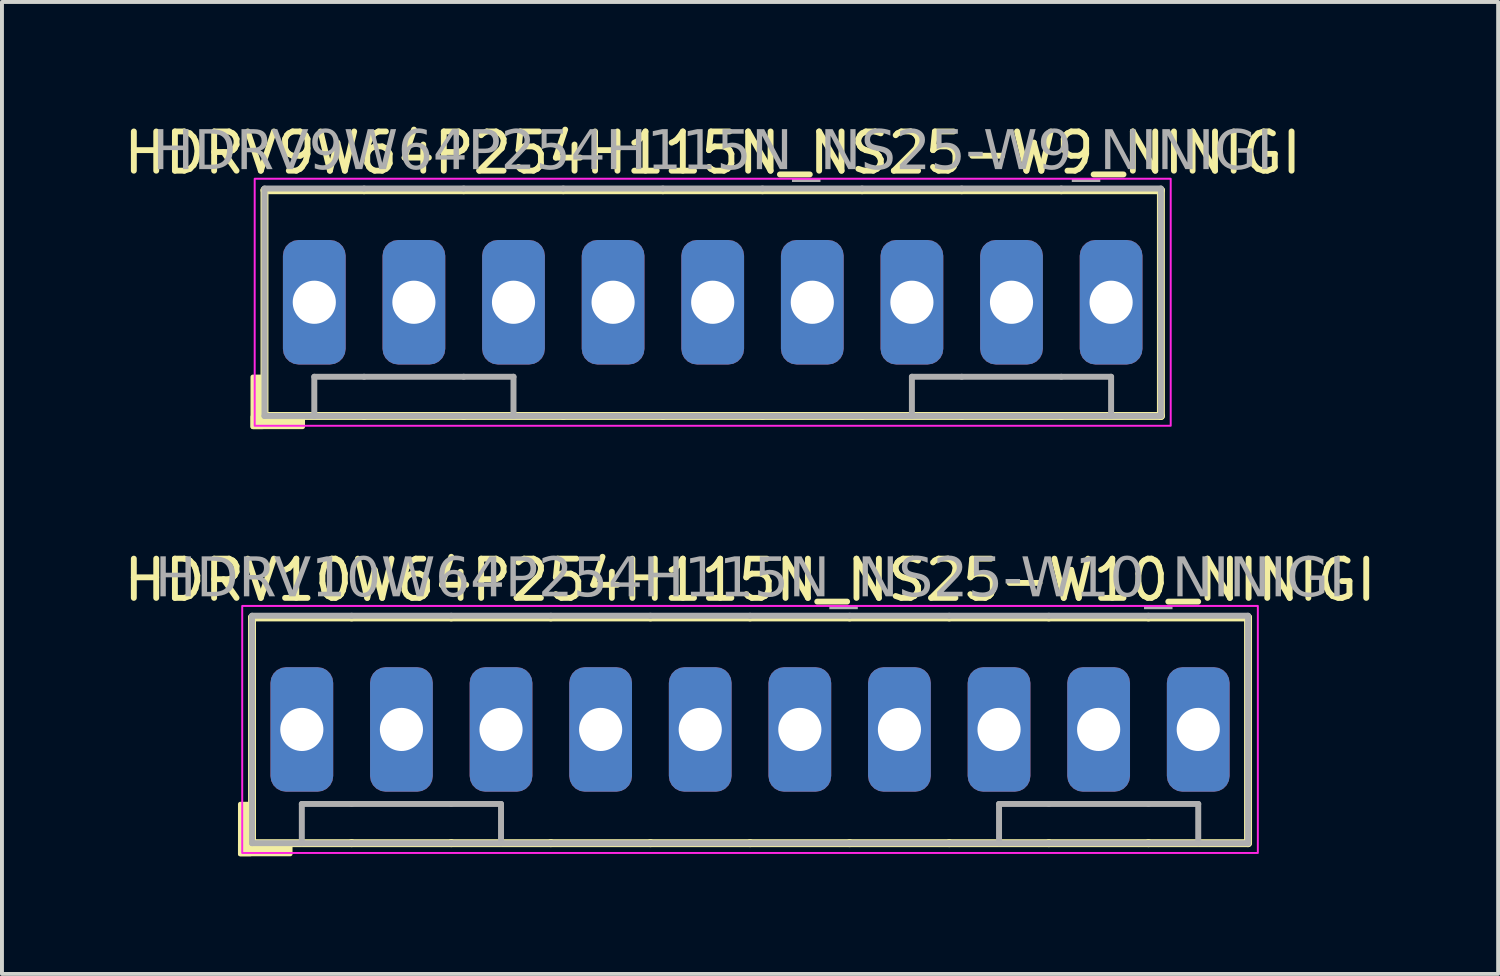
<source format=kicad_pcb>
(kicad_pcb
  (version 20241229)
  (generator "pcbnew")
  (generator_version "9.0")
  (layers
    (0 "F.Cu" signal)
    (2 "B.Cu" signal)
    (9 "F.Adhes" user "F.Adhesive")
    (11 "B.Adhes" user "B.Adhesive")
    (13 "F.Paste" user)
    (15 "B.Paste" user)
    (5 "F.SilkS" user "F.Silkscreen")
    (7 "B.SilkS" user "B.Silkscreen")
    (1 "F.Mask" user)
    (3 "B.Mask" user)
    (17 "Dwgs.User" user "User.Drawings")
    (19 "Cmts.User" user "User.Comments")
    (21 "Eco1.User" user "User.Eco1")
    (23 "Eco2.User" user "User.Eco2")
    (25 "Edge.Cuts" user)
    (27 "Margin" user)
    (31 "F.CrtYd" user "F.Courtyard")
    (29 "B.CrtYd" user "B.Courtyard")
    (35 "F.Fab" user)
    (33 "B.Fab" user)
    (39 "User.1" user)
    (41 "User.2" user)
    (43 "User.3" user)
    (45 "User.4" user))
  (footprint "HDRV10W64P254H115N_NS25-W10_NINIGI"
    (layer "F.Cu")
    (at 16.077 15.552)
    (property "Reference" "HDRV10W64P254H115N_NS25-W10_NINIGI" (at 0 -3.81 0) (layer "F.SilkS") (effects (font (size 1 1) (thickness 0.15))))
    (attr through_hole)
    (fp_line (start -12.7 -2.857) (end -10.16 -2.857) (stroke (width 0.203) (type solid)) (layer "F.SilkS"))
    (fp_line (start -12.7 2.9) (end -12.7 -2.857) (stroke (width 0.203) (type solid)) (layer "F.SilkS"))
    (fp_line (start -10.16 -2.857) (end -7.62 -2.857) (stroke (width 0.203) (type solid)) (layer "F.SilkS"))
    (fp_line (start -10.16 2.9) (end -12.7 2.9) (stroke (width 0.203) (type solid)) (layer "F.SilkS"))
    (fp_line (start -7.62 -2.857) (end -5.08 -2.857) (stroke (width 0.203) (type solid)) (layer "F.SilkS"))
    (fp_line (start -7.62 2.9) (end -10.16 2.9) (stroke (width 0.203) (type solid)) (layer "F.SilkS"))
    (fp_line (start -5.08 -2.857) (end -2.54 -2.857) (stroke (width 0.203) (type solid)) (layer "F.SilkS"))
    (fp_line (start -5.08 2.9) (end -7.62 2.9) (stroke (width 0.203) (type solid)) (layer "F.SilkS"))
    (fp_line (start -2.54 -2.857) (end 0 -2.857) (stroke (width 0.203) (type solid)) (layer "F.SilkS"))
    (fp_line (start -2.54 2.9) (end -5.08 2.9) (stroke (width 0.203) (type solid)) (layer "F.SilkS"))
    (fp_line (start 0 -2.857) (end 2.54 -2.857) (stroke (width 0.203) (type solid)) (layer "F.SilkS"))
    (fp_line (start 0 2.9) (end -2.54 2.9) (stroke (width 0.203) (type solid)) (layer "F.SilkS"))
    (fp_line (start 2.54 -2.857) (end 5.08 -2.857) (stroke (width 0.203) (type solid)) (layer "F.SilkS"))
    (fp_line (start 2.54 2.9) (end 0 2.9) (stroke (width 0.203) (type solid)) (layer "F.SilkS"))
    (fp_line (start 5.08 -2.857) (end 7.62 -2.857) (stroke (width 0.203) (type solid)) (layer "F.SilkS"))
    (fp_line (start 5.08 2.9) (end 2.54 2.9) (stroke (width 0.203) (type solid)) (layer "F.SilkS"))
    (fp_line (start 7.62 -2.857) (end 10.16 -2.857) (stroke (width 0.203) (type solid)) (layer "F.SilkS"))
    (fp_line (start 7.62 2.9) (end 5.08 2.9) (stroke (width 0.203) (type solid)) (layer "F.SilkS"))
    (fp_line (start 10.16 -2.857) (end 12.7 -2.857) (stroke (width 0.203) (type solid)) (layer "F.SilkS"))
    (fp_line (start 10.16 2.9) (end 7.62 2.9) (stroke (width 0.203) (type solid)) (layer "F.SilkS"))
    (fp_line (start 12.7 2.9) (end 10.16 2.9) (stroke (width 0.203) (type solid)) (layer "F.SilkS"))
    (fp_line (start 12.7 2.9) (end 12.7 -2.857) (stroke (width 0.203) (type solid)) (layer "F.SilkS"))
    (fp_rect (start -12.743 1.905) (end -12.998 3.175) (stroke (width 0.12) (type solid)) (fill yes) (layer "F.SilkS"))
    (fp_rect (start -11.727 3.175) (end -12.998 2.921) (stroke (width 0.12) (type solid)) (fill yes) (layer "F.SilkS"))
    (fp_rect (start -12.95 -3.15) (end 12.95 3.15) (stroke (width 0.05) (type default)) (fill no) (layer "F.CrtYd"))
    (fp_line (start -12.7 -2.9) (end -12.7 2.9) (stroke (width 0.152) (type solid)) (layer "F.Fab"))
    (fp_line (start -11.43 2.9) (end -11.43 1.9) (stroke (width 0.152) (type solid)) (layer "F.Fab"))
    (fp_line (start -10.16 -2.9) (end -12.7 -2.9) (stroke (width 0.152) (type solid)) (layer "F.Fab"))
    (fp_line (start -10.16 1.9) (end -11.43 1.9) (stroke (width 0.152) (type solid)) (layer "F.Fab"))
    (fp_line (start -10.16 2.9) (end -12.7 2.9) (stroke (width 0.152) (type solid)) (layer "F.Fab"))
    (fp_line (start -7.62 -2.9) (end -10.16 -2.9) (stroke (width 0.152) (type solid)) (layer "F.Fab"))
    (fp_line (start -7.62 1.9) (end -10.16 1.9) (stroke (width 0.152) (type solid)) (layer "F.Fab"))
    (fp_line (start -7.62 2.9) (end -10.16 2.9) (stroke (width 0.152) (type solid)) (layer "F.Fab"))
    (fp_line (start -6.35 1.9) (end -7.62 1.9) (stroke (width 0.152) (type solid)) (layer "F.Fab"))
    (fp_line (start -6.35 1.9) (end -6.35 2.9) (stroke (width 0.152) (type solid)) (layer "F.Fab"))
    (fp_line (start -5.08 -2.9) (end -7.62 -2.9) (stroke (width 0.152) (type solid)) (layer "F.Fab"))
    (fp_line (start -5.08 2.9) (end -7.62 2.9) (stroke (width 0.152) (type solid)) (layer "F.Fab"))
    (fp_line (start -2.54 -2.9) (end -5.08 -2.9) (stroke (width 0.152) (type solid)) (layer "F.Fab"))
    (fp_line (start -2.54 2.9) (end -5.08 2.9) (stroke (width 0.152) (type solid)) (layer "F.Fab"))
    (fp_line (start 0 -2.9) (end -2.54 -2.9) (stroke (width 0.152) (type solid)) (layer "F.Fab"))
    (fp_line (start 0 2.9) (end -2.54 2.9) (stroke (width 0.152) (type solid)) (layer "F.Fab"))
    (fp_line (start 2.54 -2.9) (end 0 -2.9) (stroke (width 0.152) (type solid)) (layer "F.Fab"))
    (fp_line (start 2.54 2.9) (end 0 2.9) (stroke (width 0.152) (type solid)) (layer "F.Fab"))
    (fp_line (start 5.08 -2.9) (end 2.54 -2.9) (stroke (width 0.152) (type solid)) (layer "F.Fab"))
    (fp_line (start 5.08 2.9) (end 2.54 2.9) (stroke (width 0.152) (type solid)) (layer "F.Fab"))
    (fp_line (start 6.35 1.9) (end 6.35 2.9) (stroke (width 0.152) (type solid)) (layer "F.Fab"))
    (fp_line (start 7.62 -2.9) (end 5.08 -2.9) (stroke (width 0.152) (type solid)) (layer "F.Fab"))
    (fp_line (start 7.62 1.9) (end 6.35 1.9) (stroke (width 0.152) (type solid)) (layer "F.Fab"))
    (fp_line (start 7.62 2.9) (end 5.08 2.9) (stroke (width 0.152) (type solid)) (layer "F.Fab"))
    (fp_line (start 10.16 -2.9) (end 7.62 -2.9) (stroke (width 0.152) (type solid)) (layer "F.Fab"))
    (fp_line (start 10.16 1.9) (end 7.62 1.9) (stroke (width 0.152) (type solid)) (layer "F.Fab"))
    (fp_line (start 10.16 2.9) (end 7.62 2.9) (stroke (width 0.152) (type solid)) (layer "F.Fab"))
    (fp_line (start 11.43 1.9) (end 10.16 1.9) (stroke (width 0.152) (type solid)) (layer "F.Fab"))
    (fp_line (start 11.43 1.9) (end 11.43 2.9) (stroke (width 0.152) (type solid)) (layer "F.Fab"))
    (fp_line (start 12.7 -2.9) (end 10.16 -2.9) (stroke (width 0.152) (type solid)) (layer "F.Fab"))
    (fp_line (start 12.7 -2.9) (end 12.7 2.9) (stroke (width 0.152) (type solid)) (layer "F.Fab"))
    (fp_line (start 12.7 2.9) (end 10.16 2.9) (stroke (width 0.152) (type solid)) (layer "F.Fab"))
    (fp_rect (start -11.75 -0.32) (end -11.11 0.32) (stroke (width 0.01) (type solid)) (fill no) (layer "F.Fab"))
    (fp_rect (start -8.57 -0.32) (end -9.21 0.32) (stroke (width 0.01) (type solid)) (fill no) (layer "F.Fab"))
    (fp_rect (start -6.03 -0.32) (end -6.67 0.32) (stroke (width 0.01) (type solid)) (fill no) (layer "F.Fab"))
    (fp_rect (start -3.49 -0.32) (end -4.13 0.32) (stroke (width 0.01) (type solid)) (fill no) (layer "F.Fab"))
    (fp_rect (start -0.95 -0.32) (end -1.59 0.32) (stroke (width 0.01) (type solid)) (fill no) (layer "F.Fab"))
    (fp_rect (start 1.59 -0.32) (end 0.95 0.32) (stroke (width 0.01) (type solid)) (fill no) (layer "F.Fab"))
    (fp_rect (start 4.13 -0.32) (end 3.49 0.32) (stroke (width 0.01) (type solid)) (fill no) (layer "F.Fab"))
    (fp_rect (start 6.67 -0.32) (end 6.03 0.32) (stroke (width 0.01) (type solid)) (fill no) (layer "F.Fab"))
    (fp_rect (start 9.21 -0.32) (end 8.57 0.32) (stroke (width 0.01) (type solid)) (fill no) (layer "F.Fab"))
    (fp_rect (start 11.75 -0.32) (end 11.11 0.32) (stroke (width 0.01) (type solid)) (fill no) (layer "F.Fab"))
    (fp_text user "${REFERENCE}" (at 0 -3.81 0) (layer "F.Fab") (effects (font (face "Tahoma") (size 1 1) (thickness 0.15))))
    (pad "1" thru_hole roundrect (at -11.43 0) (size 1.6 3.175) (drill 1.1) (layers "*.Cu" "*.Mask") (roundrect_rratio 0.25))
    (pad "2" thru_hole roundrect (at -8.89 0) (size 1.6 3.175) (drill 1.1) (layers "*.Cu" "*.Mask") (roundrect_rratio 0.25))
    (pad "3" thru_hole roundrect (at -6.35 0) (size 1.6 3.175) (drill 1.1) (layers "*.Cu" "*.Mask") (roundrect_rratio 0.25))
    (pad "4" thru_hole roundrect (at -3.81 0) (size 1.6 3.175) (drill 1.1) (layers "*.Cu" "*.Mask") (roundrect_rratio 0.25))
    (pad "5" thru_hole roundrect (at -1.27 0) (size 1.6 3.175) (drill 1.1) (layers "*.Cu" "*.Mask") (roundrect_rratio 0.25))
    (pad "6" thru_hole roundrect (at 1.27 0) (size 1.6 3.175) (drill 1.1) (layers "*.Cu" "*.Mask") (roundrect_rratio 0.25))
    (pad "7" thru_hole roundrect (at 3.81 0) (size 1.6 3.175) (drill 1.1) (layers "*.Cu" "*.Mask") (roundrect_rratio 0.25))
    (pad "8" thru_hole roundrect (at 6.35 0) (size 1.6 3.175) (drill 1.1) (layers "*.Cu" "*.Mask") (roundrect_rratio 0.25))
    (pad "9" thru_hole roundrect (at 8.89 0) (size 1.6 3.175) (drill 1.1) (layers "*.Cu" "*.Mask") (roundrect_rratio 0.25))
    (pad "10" thru_hole roundrect (at 11.43 0) (size 1.6 3.175) (drill 1.1) (layers "*.Cu" "*.Mask") (roundrect_rratio 0.25)))
  (footprint "HDRV9W64P254H115N_NS25-W9_NINIGI"
    (layer "F.Cu")
    (at 15.125 4.658)
    (property "Reference" "HDRV9W64P254H115N_NS25-W9_NINIGI" (at 0 -3.81 0) (layer "F.SilkS") (effects (font (size 1 1) (thickness 0.15))))
    (attr through_hole)
    (fp_line (start -11.43 -2.857) (end -8.89 -2.857) (stroke (width 0.203) (type solid)) (layer "F.SilkS"))
    (fp_line (start -11.43 2.9) (end -11.43 -2.857) (stroke (width 0.203) (type solid)) (layer "F.SilkS"))
    (fp_line (start -8.89 -2.857) (end -6.35 -2.857) (stroke (width 0.203) (type solid)) (layer "F.SilkS"))
    (fp_line (start -8.89 2.9) (end -11.43 2.9) (stroke (width 0.203) (type solid)) (layer "F.SilkS"))
    (fp_line (start -6.35 -2.857) (end -3.81 -2.857) (stroke (width 0.203) (type solid)) (layer "F.SilkS"))
    (fp_line (start -6.35 2.9) (end -8.89 2.9) (stroke (width 0.203) (type solid)) (layer "F.SilkS"))
    (fp_line (start -3.81 -2.857) (end -1.27 -2.857) (stroke (width 0.203) (type solid)) (layer "F.SilkS"))
    (fp_line (start -3.81 2.9) (end -6.35 2.9) (stroke (width 0.203) (type solid)) (layer "F.SilkS"))
    (fp_line (start -1.27 -2.857) (end 1.27 -2.857) (stroke (width 0.203) (type solid)) (layer "F.SilkS"))
    (fp_line (start -1.27 2.9) (end -3.81 2.9) (stroke (width 0.203) (type solid)) (layer "F.SilkS"))
    (fp_line (start 1.27 -2.857) (end 3.81 -2.857) (stroke (width 0.203) (type solid)) (layer "F.SilkS"))
    (fp_line (start 1.27 2.9) (end -1.27 2.9) (stroke (width 0.203) (type solid)) (layer "F.SilkS"))
    (fp_line (start 3.81 -2.857) (end 6.35 -2.857) (stroke (width 0.203) (type solid)) (layer "F.SilkS"))
    (fp_line (start 3.81 2.9) (end 1.27 2.9) (stroke (width 0.203) (type solid)) (layer "F.SilkS"))
    (fp_line (start 6.35 -2.857) (end 8.89 -2.857) (stroke (width 0.203) (type solid)) (layer "F.SilkS"))
    (fp_line (start 6.35 2.9) (end 3.81 2.9) (stroke (width 0.203) (type solid)) (layer "F.SilkS"))
    (fp_line (start 8.89 -2.857) (end 11.43 -2.857) (stroke (width 0.203) (type solid)) (layer "F.SilkS"))
    (fp_line (start 8.89 2.9) (end 6.35 2.9) (stroke (width 0.203) (type solid)) (layer "F.SilkS"))
    (fp_line (start 11.43 2.9) (end 8.89 2.9) (stroke (width 0.203) (type solid)) (layer "F.SilkS"))
    (fp_line (start 11.43 2.9) (end 11.43 -2.857) (stroke (width 0.203) (type solid)) (layer "F.SilkS"))
    (fp_rect (start -11.473 1.905) (end -11.727 3.175) (stroke (width 0.12) (type solid)) (fill yes) (layer "F.SilkS"))
    (fp_rect (start -10.457 3.175) (end -11.727 2.921) (stroke (width 0.12) (type solid)) (fill yes) (layer "F.SilkS"))
    (fp_rect (start -11.68 -3.15) (end 11.68 3.15) (stroke (width 0.05) (type default)) (fill no) (layer "F.CrtYd"))
    (fp_line (start -11.43 -2.9) (end -11.43 2.9) (stroke (width 0.152) (type solid)) (layer "F.Fab"))
    (fp_line (start -10.16 2.9) (end -10.16 1.9) (stroke (width 0.152) (type solid)) (layer "F.Fab"))
    (fp_line (start -8.89 -2.9) (end -11.43 -2.9) (stroke (width 0.152) (type solid)) (layer "F.Fab"))
    (fp_line (start -8.89 1.9) (end -10.16 1.9) (stroke (width 0.152) (type solid)) (layer "F.Fab"))
    (fp_line (start -8.89 2.9) (end -11.43 2.9) (stroke (width 0.152) (type solid)) (layer "F.Fab"))
    (fp_line (start -6.35 -2.9) (end -8.89 -2.9) (stroke (width 0.152) (type solid)) (layer "F.Fab"))
    (fp_line (start -6.35 1.9) (end -8.89 1.9) (stroke (width 0.152) (type solid)) (layer "F.Fab"))
    (fp_line (start -6.35 2.9) (end -8.89 2.9) (stroke (width 0.152) (type solid)) (layer "F.Fab"))
    (fp_line (start -5.08 1.9) (end -6.35 1.9) (stroke (width 0.152) (type solid)) (layer "F.Fab"))
    (fp_line (start -5.08 2.9) (end -5.08 1.9) (stroke (width 0.152) (type solid)) (layer "F.Fab"))
    (fp_line (start -3.81 -2.9) (end -6.35 -2.9) (stroke (width 0.152) (type solid)) (layer "F.Fab"))
    (fp_line (start -3.81 2.9) (end -6.35 2.9) (stroke (width 0.152) (type solid)) (layer "F.Fab"))
    (fp_line (start -1.27 -2.9) (end -3.81 -2.9) (stroke (width 0.152) (type solid)) (layer "F.Fab"))
    (fp_line (start -1.27 2.9) (end -3.81 2.9) (stroke (width 0.152) (type solid)) (layer "F.Fab"))
    (fp_line (start 1.27 -2.9) (end -1.27 -2.9) (stroke (width 0.152) (type solid)) (layer "F.Fab"))
    (fp_line (start 1.27 2.9) (end -1.27 2.9) (stroke (width 0.152) (type solid)) (layer "F.Fab"))
    (fp_line (start 3.81 -2.9) (end 1.27 -2.9) (stroke (width 0.152) (type solid)) (layer "F.Fab"))
    (fp_line (start 3.81 2.9) (end 1.27 2.9) (stroke (width 0.152) (type solid)) (layer "F.Fab"))
    (fp_line (start 5.08 1.9) (end 5.08 2.9) (stroke (width 0.152) (type solid)) (layer "F.Fab"))
    (fp_line (start 6.35 -2.9) (end 3.81 -2.9) (stroke (width 0.152) (type solid)) (layer "F.Fab"))
    (fp_line (start 6.35 1.9) (end 5.08 1.9) (stroke (width 0.152) (type solid)) (layer "F.Fab"))
    (fp_line (start 6.35 2.9) (end 3.81 2.9) (stroke (width 0.152) (type solid)) (layer "F.Fab"))
    (fp_line (start 8.89 -2.9) (end 6.35 -2.9) (stroke (width 0.152) (type solid)) (layer "F.Fab"))
    (fp_line (start 8.89 1.9) (end 6.35 1.9) (stroke (width 0.152) (type solid)) (layer "F.Fab"))
    (fp_line (start 8.89 2.9) (end 6.35 2.9) (stroke (width 0.152) (type solid)) (layer "F.Fab"))
    (fp_line (start 10.16 1.9) (end 8.89 1.9) (stroke (width 0.152) (type solid)) (layer "F.Fab"))
    (fp_line (start 10.16 1.9) (end 10.16 2.9) (stroke (width 0.152) (type solid)) (layer "F.Fab"))
    (fp_line (start 11.43 -2.9) (end 8.89 -2.9) (stroke (width 0.152) (type solid)) (layer "F.Fab"))
    (fp_line (start 11.43 -2.9) (end 11.43 2.9) (stroke (width 0.152) (type solid)) (layer "F.Fab"))
    (fp_line (start 11.43 2.9) (end 8.89 2.9) (stroke (width 0.152) (type solid)) (layer "F.Fab"))
    (fp_rect (start -10.48 -0.32) (end -9.84 0.32) (stroke (width 0.01) (type solid)) (fill no) (layer "F.Fab"))
    (fp_rect (start -7.3 -0.32) (end -7.94 0.32) (stroke (width 0.01) (type solid)) (fill no) (layer "F.Fab"))
    (fp_rect (start -4.76 -0.32) (end -5.4 0.32) (stroke (width 0.01) (type solid)) (fill no) (layer "F.Fab"))
    (fp_rect (start -2.22 -0.32) (end -2.86 0.32) (stroke (width 0.01) (type solid)) (fill no) (layer "F.Fab"))
    (fp_rect (start 0.32 -0.32) (end -0.32 0.32) (stroke (width 0.01) (type solid)) (fill no) (layer "F.Fab"))
    (fp_rect (start 2.86 -0.32) (end 2.22 0.32) (stroke (width 0.01) (type solid)) (fill no) (layer "F.Fab"))
    (fp_rect (start 5.4 -0.32) (end 4.76 0.32) (stroke (width 0.01) (type solid)) (fill no) (layer "F.Fab"))
    (fp_rect (start 7.94 -0.32) (end 7.3 0.32) (stroke (width 0.01) (type solid)) (fill no) (layer "F.Fab"))
    (fp_rect (start 10.48 -0.32) (end 9.84 0.32) (stroke (width 0.01) (type solid)) (fill no) (layer "F.Fab"))
    (fp_text user "${REFERENCE}" (at 0 -3.81 0) (layer "F.Fab") (effects (font (face "Tahoma") (size 1 1) (thickness 0.15))))
    (pad "1" thru_hole roundrect (at -10.16 0) (size 1.6 3.175) (drill 1.1) (layers "*.Cu" "*.Mask") (roundrect_rratio 0.25))
    (pad "2" thru_hole roundrect (at -7.62 0) (size 1.6 3.175) (drill 1.1) (layers "*.Cu" "*.Mask") (roundrect_rratio 0.25))
    (pad "3" thru_hole roundrect (at -5.08 0) (size 1.6 3.175) (drill 1.1) (layers "*.Cu" "*.Mask") (roundrect_rratio 0.25))
    (pad "4" thru_hole roundrect (at -2.54 0) (size 1.6 3.175) (drill 1.1) (layers "*.Cu" "*.Mask") (roundrect_rratio 0.25))
    (pad "5" thru_hole roundrect (at 0 0) (size 1.6 3.175) (drill 1.1) (layers "*.Cu" "*.Mask") (roundrect_rratio 0.25))
    (pad "6" thru_hole roundrect (at 2.54 0) (size 1.6 3.175) (drill 1.1) (layers "*.Cu" "*.Mask") (roundrect_rratio 0.25))
    (pad "7" thru_hole roundrect (at 5.08 0) (size 1.6 3.175) (drill 1.1) (layers "*.Cu" "*.Mask") (roundrect_rratio 0.25))
    (pad "8" thru_hole roundrect (at 7.62 0) (size 1.6 3.175) (drill 1.1) (layers "*.Cu" "*.Mask") (roundrect_rratio 0.25))
    (pad "9" thru_hole roundrect (at 10.16 0) (size 1.6 3.175) (drill 1.1) (layers "*.Cu" "*.Mask") (roundrect_rratio 0.25)))
  (gr_rect
    (start -3 -3)
    (end 35.155 21.787)
    (stroke (width 0.1) (type default))
    (fill no)
    (layer "Edge.Cuts")))
</source>
